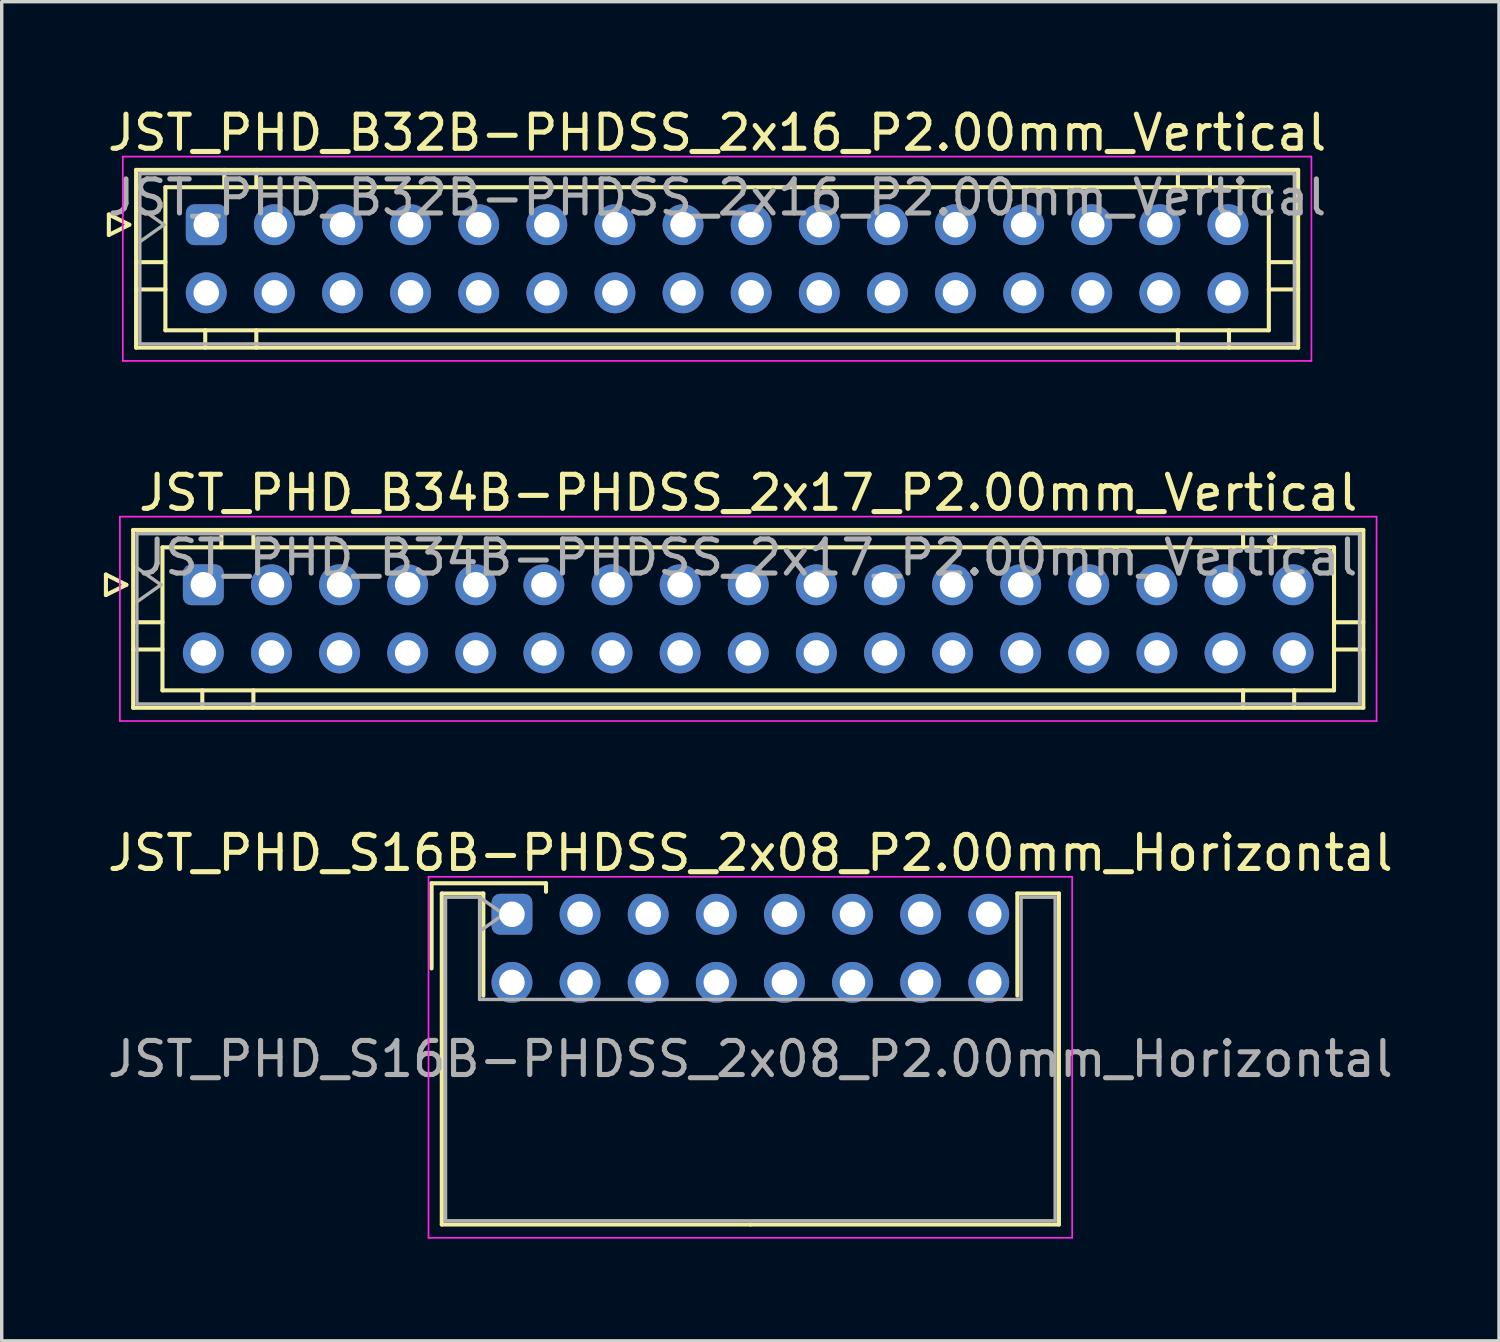
<source format=kicad_pcb>
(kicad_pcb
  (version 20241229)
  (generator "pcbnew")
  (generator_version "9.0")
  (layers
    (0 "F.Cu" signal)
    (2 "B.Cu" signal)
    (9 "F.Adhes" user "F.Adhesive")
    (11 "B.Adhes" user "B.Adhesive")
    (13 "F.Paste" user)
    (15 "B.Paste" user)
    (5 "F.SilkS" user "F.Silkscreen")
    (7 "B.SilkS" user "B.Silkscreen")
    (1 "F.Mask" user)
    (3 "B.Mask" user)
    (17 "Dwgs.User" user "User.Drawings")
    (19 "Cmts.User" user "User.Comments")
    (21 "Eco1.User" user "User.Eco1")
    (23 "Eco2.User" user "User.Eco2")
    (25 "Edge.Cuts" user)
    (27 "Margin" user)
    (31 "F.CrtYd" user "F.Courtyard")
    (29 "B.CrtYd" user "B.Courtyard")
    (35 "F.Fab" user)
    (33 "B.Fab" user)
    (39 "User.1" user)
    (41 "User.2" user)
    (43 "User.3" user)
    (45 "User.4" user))
  (footprint "JST_PHD_B32B-PHDSS_2x16_P2.00mm_Vertical"
    (layer "F.Cu")
    (at 3.006 3.548)
    (property "Reference" "JST_PHD_B32B-PHDSS_2x16_P2.00mm_Vertical" (at 15 -2.7 0) (layer "F.SilkS") (effects (font (size 1 1) (thickness 0.15))))
    (attr through_hole)
    (fp_line (start -2.86 -0.3) (end -2.26 0) (stroke (width 0.12) (type solid)) (layer "F.SilkS"))
    (fp_line (start -2.86 0.3) (end -2.86 -0.3) (stroke (width 0.12) (type solid)) (layer "F.SilkS"))
    (fp_line (start -2.26 0) (end -2.86 0.3) (stroke (width 0.12) (type solid)) (layer "F.SilkS"))
    (fp_line (start -2.06 -1.61) (end -2.06 3.61) (stroke (width 0.12) (type solid)) (layer "F.SilkS"))
    (fp_line (start -2.06 1.1) (end -1.2 1.1) (stroke (width 0.12) (type solid)) (layer "F.SilkS"))
    (fp_line (start -2.06 1.9) (end -1.2 1.9) (stroke (width 0.12) (type solid)) (layer "F.SilkS"))
    (fp_line (start -2.06 3.61) (end 32.06 3.61) (stroke (width 0.12) (type solid)) (layer "F.SilkS"))
    (fp_line (start -1.2 -1.1) (end -1.2 3.1) (stroke (width 0.12) (type solid)) (layer "F.SilkS"))
    (fp_line (start -1.2 3.1) (end 31.2 3.1) (stroke (width 0.12) (type solid)) (layer "F.SilkS"))
    (fp_line (start -0.03 3.61) (end -0.03 3.1) (stroke (width 0.12) (type solid)) (layer "F.SilkS"))
    (fp_line (start 0.53 -1.61) (end 0.53 -1.1) (stroke (width 0.12) (type solid)) (layer "F.SilkS"))
    (fp_line (start 1.47 -1.61) (end 1.47 -1.1) (stroke (width 0.12) (type solid)) (layer "F.SilkS"))
    (fp_line (start 1.47 3.61) (end 1.47 3.1) (stroke (width 0.12) (type solid)) (layer "F.SilkS"))
    (fp_line (start 28.53 -1.61) (end 28.53 -1.1) (stroke (width 0.12) (type solid)) (layer "F.SilkS"))
    (fp_line (start 28.53 3.61) (end 28.53 3.1) (stroke (width 0.12) (type solid)) (layer "F.SilkS"))
    (fp_line (start 29.47 -1.61) (end 29.47 -1.1) (stroke (width 0.12) (type solid)) (layer "F.SilkS"))
    (fp_line (start 30.03 3.61) (end 30.03 3.1) (stroke (width 0.12) (type solid)) (layer "F.SilkS"))
    (fp_line (start 31.2 -1.1) (end -1.2 -1.1) (stroke (width 0.12) (type solid)) (layer "F.SilkS"))
    (fp_line (start 31.2 3.1) (end 31.2 -1.1) (stroke (width 0.12) (type solid)) (layer "F.SilkS"))
    (fp_line (start 32.06 -1.61) (end -2.06 -1.61) (stroke (width 0.12) (type solid)) (layer "F.SilkS"))
    (fp_line (start 32.06 1.1) (end 31.2 1.1) (stroke (width 0.12) (type solid)) (layer "F.SilkS"))
    (fp_line (start 32.06 1.9) (end 31.2 1.9) (stroke (width 0.12) (type solid)) (layer "F.SilkS"))
    (fp_line (start 32.06 3.61) (end 32.06 -1.61) (stroke (width 0.12) (type solid)) (layer "F.SilkS"))
    (fp_line (start -2.45 -2) (end -2.45 4) (stroke (width 0.05) (type solid)) (layer "F.CrtYd"))
    (fp_line (start -2.45 4) (end 32.45 4) (stroke (width 0.05) (type solid)) (layer "F.CrtYd"))
    (fp_line (start 32.45 -2) (end -2.45 -2) (stroke (width 0.05) (type solid)) (layer "F.CrtYd"))
    (fp_line (start 32.45 4) (end 32.45 -2) (stroke (width 0.05) (type solid)) (layer "F.CrtYd"))
    (fp_line (start -1.95 -1.5) (end -1.95 3.5) (stroke (width 0.1) (type solid)) (layer "F.Fab"))
    (fp_line (start -1.95 0.5) (end -1.243 0) (stroke (width 0.1) (type solid)) (layer "F.Fab"))
    (fp_line (start -1.95 3.5) (end 31.95 3.5) (stroke (width 0.1) (type solid)) (layer "F.Fab"))
    (fp_line (start -1.243 0) (end -1.95 -0.5) (stroke (width 0.1) (type solid)) (layer "F.Fab"))
    (fp_line (start 31.95 -1.5) (end -1.95 -1.5) (stroke (width 0.1) (type solid)) (layer "F.Fab"))
    (fp_line (start 31.95 3.5) (end 31.95 -1.5) (stroke (width 0.1) (type solid)) (layer "F.Fab"))
    (fp_text user "${REFERENCE}" (at 15 -0.8 0) (layer "F.Fab") (effects (font (size 1 1) (thickness 0.15))))
    (pad "1" thru_hole roundrect (at 0 0) (size 1.2 1.2) (drill 0.75) (layers "*.Cu" "*.Mask") (roundrect_rratio 0.208))
    (pad "2" thru_hole circle (at 0 2) (size 1.2 1.2) (drill 0.75) (layers "*.Cu" "*.Mask"))
    (pad "3" thru_hole circle (at 2 0) (size 1.2 1.2) (drill 0.75) (layers "*.Cu" "*.Mask"))
    (pad "4" thru_hole circle (at 2 2) (size 1.2 1.2) (drill 0.75) (layers "*.Cu" "*.Mask"))
    (pad "5" thru_hole circle (at 4 0) (size 1.2 1.2) (drill 0.75) (layers "*.Cu" "*.Mask"))
    (pad "6" thru_hole circle (at 4 2) (size 1.2 1.2) (drill 0.75) (layers "*.Cu" "*.Mask"))
    (pad "7" thru_hole circle (at 6 0) (size 1.2 1.2) (drill 0.75) (layers "*.Cu" "*.Mask"))
    (pad "8" thru_hole circle (at 6 2) (size 1.2 1.2) (drill 0.75) (layers "*.Cu" "*.Mask"))
    (pad "9" thru_hole circle (at 8 0) (size 1.2 1.2) (drill 0.75) (layers "*.Cu" "*.Mask"))
    (pad "10" thru_hole circle (at 8 2) (size 1.2 1.2) (drill 0.75) (layers "*.Cu" "*.Mask"))
    (pad "11" thru_hole circle (at 10 0) (size 1.2 1.2) (drill 0.75) (layers "*.Cu" "*.Mask"))
    (pad "12" thru_hole circle (at 10 2) (size 1.2 1.2) (drill 0.75) (layers "*.Cu" "*.Mask"))
    (pad "13" thru_hole circle (at 12 0) (size 1.2 1.2) (drill 0.75) (layers "*.Cu" "*.Mask"))
    (pad "14" thru_hole circle (at 12 2) (size 1.2 1.2) (drill 0.75) (layers "*.Cu" "*.Mask"))
    (pad "15" thru_hole circle (at 14 0) (size 1.2 1.2) (drill 0.75) (layers "*.Cu" "*.Mask"))
    (pad "16" thru_hole circle (at 14 2) (size 1.2 1.2) (drill 0.75) (layers "*.Cu" "*.Mask"))
    (pad "17" thru_hole circle (at 16 0) (size 1.2 1.2) (drill 0.75) (layers "*.Cu" "*.Mask"))
    (pad "18" thru_hole circle (at 16 2) (size 1.2 1.2) (drill 0.75) (layers "*.Cu" "*.Mask"))
    (pad "19" thru_hole circle (at 18 0) (size 1.2 1.2) (drill 0.75) (layers "*.Cu" "*.Mask"))
    (pad "20" thru_hole circle (at 18 2) (size 1.2 1.2) (drill 0.75) (layers "*.Cu" "*.Mask"))
    (pad "21" thru_hole circle (at 20 0) (size 1.2 1.2) (drill 0.75) (layers "*.Cu" "*.Mask"))
    (pad "22" thru_hole circle (at 20 2) (size 1.2 1.2) (drill 0.75) (layers "*.Cu" "*.Mask"))
    (pad "23" thru_hole circle (at 22 0) (size 1.2 1.2) (drill 0.75) (layers "*.Cu" "*.Mask"))
    (pad "24" thru_hole circle (at 22 2) (size 1.2 1.2) (drill 0.75) (layers "*.Cu" "*.Mask"))
    (pad "25" thru_hole circle (at 24 0) (size 1.2 1.2) (drill 0.75) (layers "*.Cu" "*.Mask"))
    (pad "26" thru_hole circle (at 24 2) (size 1.2 1.2) (drill 0.75) (layers "*.Cu" "*.Mask"))
    (pad "27" thru_hole circle (at 26 0) (size 1.2 1.2) (drill 0.75) (layers "*.Cu" "*.Mask"))
    (pad "28" thru_hole circle (at 26 2) (size 1.2 1.2) (drill 0.75) (layers "*.Cu" "*.Mask"))
    (pad "29" thru_hole circle (at 28 0) (size 1.2 1.2) (drill 0.75) (layers "*.Cu" "*.Mask"))
    (pad "30" thru_hole circle (at 28 2) (size 1.2 1.2) (drill 0.75) (layers "*.Cu" "*.Mask"))
    (pad "31" thru_hole circle (at 30 0) (size 1.2 1.2) (drill 0.75) (layers "*.Cu" "*.Mask"))
    (pad "32" thru_hole circle (at 30 2) (size 1.2 1.2) (drill 0.75) (layers "*.Cu" "*.Mask")))
  (footprint "JST_PHD_S16B-PHDSS_2x08_P2.00mm_Horizontal"
    (layer "F.Cu")
    (at 11.982 23.795)
    (property "Reference" "JST_PHD_S16B-PHDSS_2x08_P2.00mm_Horizontal" (at 7 -1.8 0) (layer "F.SilkS") (effects (font (size 1 1) (thickness 0.15))))
    (attr through_hole)
    (fp_line (start -2.36 -0.91) (end -2.36 1.59) (stroke (width 0.12) (type solid)) (layer "F.SilkS"))
    (fp_line (start -2.06 -0.61) (end -2.06 9.11) (stroke (width 0.12) (type solid)) (layer "F.SilkS"))
    (fp_line (start -2.06 9.11) (end 7 9.11) (stroke (width 0.12) (type solid)) (layer "F.SilkS"))
    (fp_line (start -0.84 -0.61) (end -2.06 -0.61) (stroke (width 0.12) (type solid)) (layer "F.SilkS"))
    (fp_line (start -0.84 2.39) (end -0.84 -0.61) (stroke (width 0.12) (type solid)) (layer "F.SilkS"))
    (fp_line (start 1 -0.91) (end -2.36 -0.91) (stroke (width 0.12) (type solid)) (layer "F.SilkS"))
    (fp_line (start 1 -0.66) (end 1 -0.91) (stroke (width 0.12) (type solid)) (layer "F.SilkS"))
    (fp_line (start 14.84 -0.61) (end 16.06 -0.61) (stroke (width 0.12) (type solid)) (layer "F.SilkS"))
    (fp_line (start 14.84 2.39) (end 14.84 -0.61) (stroke (width 0.12) (type solid)) (layer "F.SilkS"))
    (fp_line (start 16.06 -0.61) (end 16.06 9.11) (stroke (width 0.12) (type solid)) (layer "F.SilkS"))
    (fp_line (start 16.06 9.11) (end 7 9.11) (stroke (width 0.12) (type solid)) (layer "F.SilkS"))
    (fp_line (start -2.45 -1.1) (end -2.45 9.5) (stroke (width 0.05) (type solid)) (layer "F.CrtYd"))
    (fp_line (start -2.45 9.5) (end 16.45 9.5) (stroke (width 0.05) (type solid)) (layer "F.CrtYd"))
    (fp_line (start 16.45 -1.1) (end -2.45 -1.1) (stroke (width 0.05) (type solid)) (layer "F.CrtYd"))
    (fp_line (start 16.45 9.5) (end 16.45 -1.1) (stroke (width 0.05) (type solid)) (layer "F.CrtYd"))
    (fp_line (start -1.95 -0.5) (end -0.95 -0.5) (stroke (width 0.1) (type solid)) (layer "F.Fab"))
    (fp_line (start -1.95 9) (end -1.95 -0.5) (stroke (width 0.1) (type solid)) (layer "F.Fab"))
    (fp_line (start -0.95 -0.5) (end -0.95 2.5) (stroke (width 0.1) (type solid)) (layer "F.Fab"))
    (fp_line (start -0.95 -0.5) (end -0.243 0) (stroke (width 0.1) (type solid)) (layer "F.Fab"))
    (fp_line (start -0.95 2.5) (end 14.95 2.5) (stroke (width 0.1) (type solid)) (layer "F.Fab"))
    (fp_line (start -0.243 0) (end -0.95 0.5) (stroke (width 0.1) (type solid)) (layer "F.Fab"))
    (fp_line (start 14.95 -0.5) (end 15.95 -0.5) (stroke (width 0.1) (type solid)) (layer "F.Fab"))
    (fp_line (start 14.95 2.5) (end 14.95 -0.5) (stroke (width 0.1) (type solid)) (layer "F.Fab"))
    (fp_line (start 15.95 -0.5) (end 15.95 9) (stroke (width 0.1) (type solid)) (layer "F.Fab"))
    (fp_line (start 15.95 9) (end -1.95 9) (stroke (width 0.1) (type solid)) (layer "F.Fab"))
    (fp_text user "${REFERENCE}" (at 7 4.25 0) (layer "F.Fab") (effects (font (size 1 1) (thickness 0.15))))
    (pad "1" thru_hole roundrect (at 0 0) (size 1.2 1.2) (drill 0.75) (layers "*.Cu" "*.Mask") (roundrect_rratio 0.208))
    (pad "2" thru_hole circle (at 0 2) (size 1.2 1.2) (drill 0.75) (layers "*.Cu" "*.Mask"))
    (pad "3" thru_hole circle (at 2 0) (size 1.2 1.2) (drill 0.75) (layers "*.Cu" "*.Mask"))
    (pad "4" thru_hole circle (at 2 2) (size 1.2 1.2) (drill 0.75) (layers "*.Cu" "*.Mask"))
    (pad "5" thru_hole circle (at 4 0) (size 1.2 1.2) (drill 0.75) (layers "*.Cu" "*.Mask"))
    (pad "6" thru_hole circle (at 4 2) (size 1.2 1.2) (drill 0.75) (layers "*.Cu" "*.Mask"))
    (pad "7" thru_hole circle (at 6 0) (size 1.2 1.2) (drill 0.75) (layers "*.Cu" "*.Mask"))
    (pad "8" thru_hole circle (at 6 2) (size 1.2 1.2) (drill 0.75) (layers "*.Cu" "*.Mask"))
    (pad "9" thru_hole circle (at 8 0) (size 1.2 1.2) (drill 0.75) (layers "*.Cu" "*.Mask"))
    (pad "10" thru_hole circle (at 8 2) (size 1.2 1.2) (drill 0.75) (layers "*.Cu" "*.Mask"))
    (pad "11" thru_hole circle (at 10 0) (size 1.2 1.2) (drill 0.75) (layers "*.Cu" "*.Mask"))
    (pad "12" thru_hole circle (at 10 2) (size 1.2 1.2) (drill 0.75) (layers "*.Cu" "*.Mask"))
    (pad "13" thru_hole circle (at 12 0) (size 1.2 1.2) (drill 0.75) (layers "*.Cu" "*.Mask"))
    (pad "14" thru_hole circle (at 12 2) (size 1.2 1.2) (drill 0.75) (layers "*.Cu" "*.Mask"))
    (pad "15" thru_hole circle (at 14 0) (size 1.2 1.2) (drill 0.75) (layers "*.Cu" "*.Mask"))
    (pad "16" thru_hole circle (at 14 2) (size 1.2 1.2) (drill 0.75) (layers "*.Cu" "*.Mask")))
  (footprint "JST_PHD_B34B-PHDSS_2x17_P2.00mm_Vertical"
    (layer "F.Cu")
    (at 2.92 14.121)
    (property "Reference" "JST_PHD_B34B-PHDSS_2x17_P2.00mm_Vertical" (at 16 -2.7 0) (layer "F.SilkS") (effects (font (size 1 1) (thickness 0.15))))
    (attr through_hole)
    (fp_line (start -2.86 -0.3) (end -2.26 0) (stroke (width 0.12) (type solid)) (layer "F.SilkS"))
    (fp_line (start -2.86 0.3) (end -2.86 -0.3) (stroke (width 0.12) (type solid)) (layer "F.SilkS"))
    (fp_line (start -2.26 0) (end -2.86 0.3) (stroke (width 0.12) (type solid)) (layer "F.SilkS"))
    (fp_line (start -2.06 -1.61) (end -2.06 3.61) (stroke (width 0.12) (type solid)) (layer "F.SilkS"))
    (fp_line (start -2.06 1.1) (end -1.2 1.1) (stroke (width 0.12) (type solid)) (layer "F.SilkS"))
    (fp_line (start -2.06 1.9) (end -1.2 1.9) (stroke (width 0.12) (type solid)) (layer "F.SilkS"))
    (fp_line (start -2.06 3.61) (end 34.06 3.61) (stroke (width 0.12) (type solid)) (layer "F.SilkS"))
    (fp_line (start -1.2 -1.1) (end -1.2 3.1) (stroke (width 0.12) (type solid)) (layer "F.SilkS"))
    (fp_line (start -1.2 3.1) (end 33.2 3.1) (stroke (width 0.12) (type solid)) (layer "F.SilkS"))
    (fp_line (start -0.03 3.61) (end -0.03 3.1) (stroke (width 0.12) (type solid)) (layer "F.SilkS"))
    (fp_line (start 0.53 -1.61) (end 0.53 -1.1) (stroke (width 0.12) (type solid)) (layer "F.SilkS"))
    (fp_line (start 1.47 -1.61) (end 1.47 -1.1) (stroke (width 0.12) (type solid)) (layer "F.SilkS"))
    (fp_line (start 1.47 3.61) (end 1.47 3.1) (stroke (width 0.12) (type solid)) (layer "F.SilkS"))
    (fp_line (start 30.53 -1.61) (end 30.53 -1.1) (stroke (width 0.12) (type solid)) (layer "F.SilkS"))
    (fp_line (start 30.53 3.61) (end 30.53 3.1) (stroke (width 0.12) (type solid)) (layer "F.SilkS"))
    (fp_line (start 31.47 -1.61) (end 31.47 -1.1) (stroke (width 0.12) (type solid)) (layer "F.SilkS"))
    (fp_line (start 32.03 3.61) (end 32.03 3.1) (stroke (width 0.12) (type solid)) (layer "F.SilkS"))
    (fp_line (start 33.2 -1.1) (end -1.2 -1.1) (stroke (width 0.12) (type solid)) (layer "F.SilkS"))
    (fp_line (start 33.2 3.1) (end 33.2 -1.1) (stroke (width 0.12) (type solid)) (layer "F.SilkS"))
    (fp_line (start 34.06 -1.61) (end -2.06 -1.61) (stroke (width 0.12) (type solid)) (layer "F.SilkS"))
    (fp_line (start 34.06 1.1) (end 33.2 1.1) (stroke (width 0.12) (type solid)) (layer "F.SilkS"))
    (fp_line (start 34.06 1.9) (end 33.2 1.9) (stroke (width 0.12) (type solid)) (layer "F.SilkS"))
    (fp_line (start 34.06 3.61) (end 34.06 -1.61) (stroke (width 0.12) (type solid)) (layer "F.SilkS"))
    (fp_line (start -2.45 -2) (end -2.45 4) (stroke (width 0.05) (type solid)) (layer "F.CrtYd"))
    (fp_line (start -2.45 4) (end 34.45 4) (stroke (width 0.05) (type solid)) (layer "F.CrtYd"))
    (fp_line (start 34.45 -2) (end -2.45 -2) (stroke (width 0.05) (type solid)) (layer "F.CrtYd"))
    (fp_line (start 34.45 4) (end 34.45 -2) (stroke (width 0.05) (type solid)) (layer "F.CrtYd"))
    (fp_line (start -1.95 -1.5) (end -1.95 3.5) (stroke (width 0.1) (type solid)) (layer "F.Fab"))
    (fp_line (start -1.95 0.5) (end -1.243 0) (stroke (width 0.1) (type solid)) (layer "F.Fab"))
    (fp_line (start -1.95 3.5) (end 33.95 3.5) (stroke (width 0.1) (type solid)) (layer "F.Fab"))
    (fp_line (start -1.243 0) (end -1.95 -0.5) (stroke (width 0.1) (type solid)) (layer "F.Fab"))
    (fp_line (start 33.95 -1.5) (end -1.95 -1.5) (stroke (width 0.1) (type solid)) (layer "F.Fab"))
    (fp_line (start 33.95 3.5) (end 33.95 -1.5) (stroke (width 0.1) (type solid)) (layer "F.Fab"))
    (fp_text user "${REFERENCE}" (at 16 -0.8 0) (layer "F.Fab") (effects (font (size 1 1) (thickness 0.15))))
    (pad "1" thru_hole roundrect (at 0 0) (size 1.2 1.2) (drill 0.75) (layers "*.Cu" "*.Mask") (roundrect_rratio 0.208))
    (pad "2" thru_hole circle (at 0 2) (size 1.2 1.2) (drill 0.75) (layers "*.Cu" "*.Mask"))
    (pad "3" thru_hole circle (at 2 0) (size 1.2 1.2) (drill 0.75) (layers "*.Cu" "*.Mask"))
    (pad "4" thru_hole circle (at 2 2) (size 1.2 1.2) (drill 0.75) (layers "*.Cu" "*.Mask"))
    (pad "5" thru_hole circle (at 4 0) (size 1.2 1.2) (drill 0.75) (layers "*.Cu" "*.Mask"))
    (pad "6" thru_hole circle (at 4 2) (size 1.2 1.2) (drill 0.75) (layers "*.Cu" "*.Mask"))
    (pad "7" thru_hole circle (at 6 0) (size 1.2 1.2) (drill 0.75) (layers "*.Cu" "*.Mask"))
    (pad "8" thru_hole circle (at 6 2) (size 1.2 1.2) (drill 0.75) (layers "*.Cu" "*.Mask"))
    (pad "9" thru_hole circle (at 8 0) (size 1.2 1.2) (drill 0.75) (layers "*.Cu" "*.Mask"))
    (pad "10" thru_hole circle (at 8 2) (size 1.2 1.2) (drill 0.75) (layers "*.Cu" "*.Mask"))
    (pad "11" thru_hole circle (at 10 0) (size 1.2 1.2) (drill 0.75) (layers "*.Cu" "*.Mask"))
    (pad "12" thru_hole circle (at 10 2) (size 1.2 1.2) (drill 0.75) (layers "*.Cu" "*.Mask"))
    (pad "13" thru_hole circle (at 12 0) (size 1.2 1.2) (drill 0.75) (layers "*.Cu" "*.Mask"))
    (pad "14" thru_hole circle (at 12 2) (size 1.2 1.2) (drill 0.75) (layers "*.Cu" "*.Mask"))
    (pad "15" thru_hole circle (at 14 0) (size 1.2 1.2) (drill 0.75) (layers "*.Cu" "*.Mask"))
    (pad "16" thru_hole circle (at 14 2) (size 1.2 1.2) (drill 0.75) (layers "*.Cu" "*.Mask"))
    (pad "17" thru_hole circle (at 16 0) (size 1.2 1.2) (drill 0.75) (layers "*.Cu" "*.Mask"))
    (pad "18" thru_hole circle (at 16 2) (size 1.2 1.2) (drill 0.75) (layers "*.Cu" "*.Mask"))
    (pad "19" thru_hole circle (at 18 0) (size 1.2 1.2) (drill 0.75) (layers "*.Cu" "*.Mask"))
    (pad "20" thru_hole circle (at 18 2) (size 1.2 1.2) (drill 0.75) (layers "*.Cu" "*.Mask"))
    (pad "21" thru_hole circle (at 20 0) (size 1.2 1.2) (drill 0.75) (layers "*.Cu" "*.Mask"))
    (pad "22" thru_hole circle (at 20 2) (size 1.2 1.2) (drill 0.75) (layers "*.Cu" "*.Mask"))
    (pad "23" thru_hole circle (at 22 0) (size 1.2 1.2) (drill 0.75) (layers "*.Cu" "*.Mask"))
    (pad "24" thru_hole circle (at 22 2) (size 1.2 1.2) (drill 0.75) (layers "*.Cu" "*.Mask"))
    (pad "25" thru_hole circle (at 24 0) (size 1.2 1.2) (drill 0.75) (layers "*.Cu" "*.Mask"))
    (pad "26" thru_hole circle (at 24 2) (size 1.2 1.2) (drill 0.75) (layers "*.Cu" "*.Mask"))
    (pad "27" thru_hole circle (at 26 0) (size 1.2 1.2) (drill 0.75) (layers "*.Cu" "*.Mask"))
    (pad "28" thru_hole circle (at 26 2) (size 1.2 1.2) (drill 0.75) (layers "*.Cu" "*.Mask"))
    (pad "29" thru_hole circle (at 28 0) (size 1.2 1.2) (drill 0.75) (layers "*.Cu" "*.Mask"))
    (pad "30" thru_hole circle (at 28 2) (size 1.2 1.2) (drill 0.75) (layers "*.Cu" "*.Mask"))
    (pad "31" thru_hole circle (at 30 0) (size 1.2 1.2) (drill 0.75) (layers "*.Cu" "*.Mask"))
    (pad "32" thru_hole circle (at 30 2) (size 1.2 1.2) (drill 0.75) (layers "*.Cu" "*.Mask"))
    (pad "33" thru_hole circle (at 32 0) (size 1.2 1.2) (drill 0.75) (layers "*.Cu" "*.Mask"))
    (pad "34" thru_hole circle (at 32 2) (size 1.2 1.2) (drill 0.75) (layers "*.Cu" "*.Mask")))
  (gr_rect
    (start -3 -3)
    (end 40.964 36.32)
    (stroke (width 0.1) (type default))
    (fill no)
    (layer "Edge.Cuts")))
</source>
